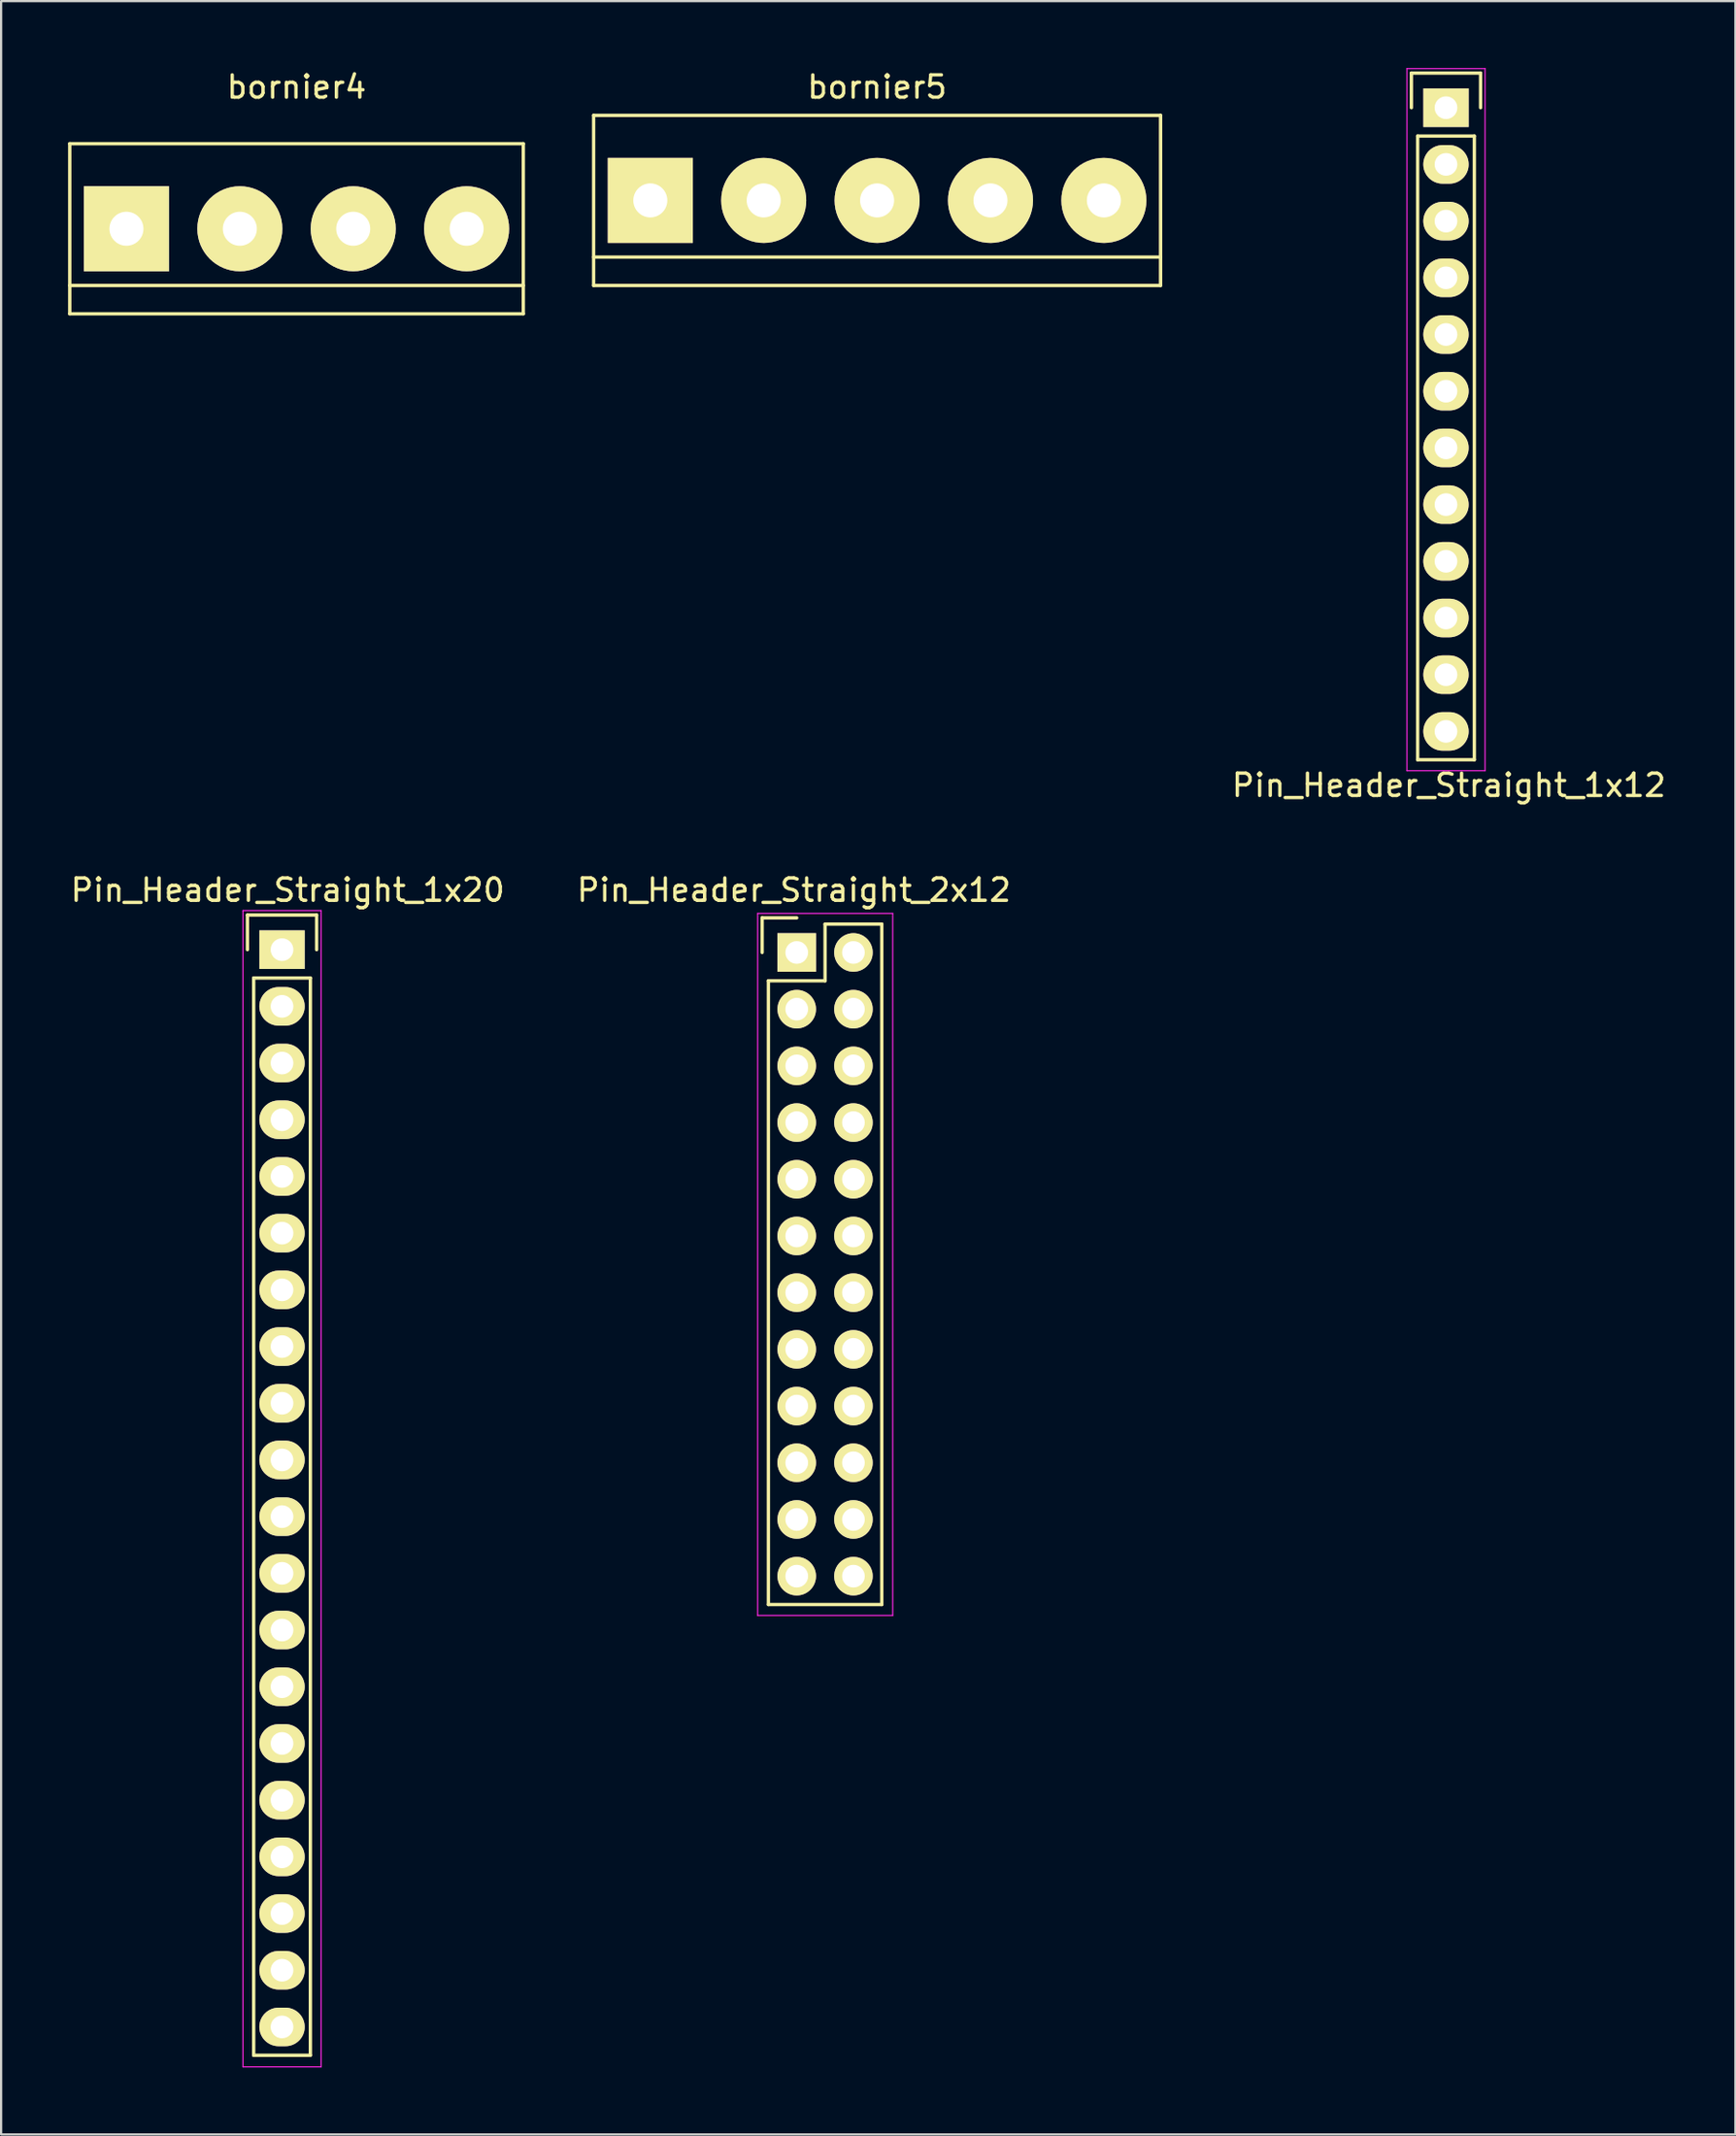
<source format=kicad_pcb>
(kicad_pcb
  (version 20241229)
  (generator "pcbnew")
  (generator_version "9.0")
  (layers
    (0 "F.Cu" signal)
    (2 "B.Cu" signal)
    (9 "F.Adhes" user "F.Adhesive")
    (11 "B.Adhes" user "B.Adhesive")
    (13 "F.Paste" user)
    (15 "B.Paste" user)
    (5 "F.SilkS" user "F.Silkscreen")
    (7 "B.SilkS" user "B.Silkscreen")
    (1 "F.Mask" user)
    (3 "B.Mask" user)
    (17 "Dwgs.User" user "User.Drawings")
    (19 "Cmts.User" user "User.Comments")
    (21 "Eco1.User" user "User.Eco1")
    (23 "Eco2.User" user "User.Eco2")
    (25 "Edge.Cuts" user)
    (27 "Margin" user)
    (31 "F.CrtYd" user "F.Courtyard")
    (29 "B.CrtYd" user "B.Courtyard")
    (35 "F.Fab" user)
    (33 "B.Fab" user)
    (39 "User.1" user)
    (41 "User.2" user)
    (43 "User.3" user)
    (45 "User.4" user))
  (footprint "Pin_Header_Straight_1x20"
    (layer "F.Cu")
    (at 9.585 39.492)
    (property "Reference" "Pin_Header_Straight_1x20" (at 0.254 -2.667 0) (layer "F.SilkS") (effects (font (size 1 1) (thickness 0.15))))
    (attr through_hole)
    (fp_line (start -1.55 -1.55) (end 1.55 -1.55) (stroke (width 0.15) (type solid)) (layer "F.SilkS"))
    (fp_line (start -1.55 0) (end -1.55 -1.55) (stroke (width 0.15) (type solid)) (layer "F.SilkS"))
    (fp_line (start -1.27 49.53) (end -1.27 1.27) (stroke (width 0.15) (type solid)) (layer "F.SilkS"))
    (fp_line (start 1.27 1.27) (end -1.27 1.27) (stroke (width 0.15) (type solid)) (layer "F.SilkS"))
    (fp_line (start 1.27 1.27) (end 1.27 49.53) (stroke (width 0.15) (type solid)) (layer "F.SilkS"))
    (fp_line (start 1.27 49.53) (end -1.27 49.53) (stroke (width 0.15) (type solid)) (layer "F.SilkS"))
    (fp_line (start 1.55 -1.55) (end 1.55 0) (stroke (width 0.15) (type solid)) (layer "F.SilkS"))
    (fp_line (start -1.75 -1.75) (end -1.75 50.05) (stroke (width 0.05) (type solid)) (layer "F.CrtYd"))
    (fp_line (start -1.75 -1.75) (end 1.75 -1.75) (stroke (width 0.05) (type solid)) (layer "F.CrtYd"))
    (fp_line (start -1.75 50.05) (end 1.75 50.05) (stroke (width 0.05) (type solid)) (layer "F.CrtYd"))
    (fp_line (start 1.75 -1.75) (end 1.75 50.05) (stroke (width 0.05) (type solid)) (layer "F.CrtYd"))
    (pad "1" thru_hole rect (at 0 0) (size 2.032 1.727) (drill 1.016) (layers "*.Cu" "*.Mask" "F.SilkS"))
    (pad "2" thru_hole oval (at 0 2.54) (size 2.032 1.727) (drill 1.016) (layers "*.Cu" "*.Mask" "F.SilkS"))
    (pad "3" thru_hole oval (at 0 5.08) (size 2.032 1.727) (drill 1.016) (layers "*.Cu" "*.Mask" "F.SilkS"))
    (pad "4" thru_hole oval (at 0 7.62) (size 2.032 1.727) (drill 1.016) (layers "*.Cu" "*.Mask" "F.SilkS"))
    (pad "5" thru_hole oval (at 0 10.16) (size 2.032 1.727) (drill 1.016) (layers "*.Cu" "*.Mask" "F.SilkS"))
    (pad "6" thru_hole oval (at 0 12.7) (size 2.032 1.727) (drill 1.016) (layers "*.Cu" "*.Mask" "F.SilkS"))
    (pad "7" thru_hole oval (at 0 15.24) (size 2.032 1.727) (drill 1.016) (layers "*.Cu" "*.Mask" "F.SilkS"))
    (pad "8" thru_hole oval (at 0 17.78) (size 2.032 1.727) (drill 1.016) (layers "*.Cu" "*.Mask" "F.SilkS"))
    (pad "9" thru_hole oval (at 0 20.32) (size 2.032 1.727) (drill 1.016) (layers "*.Cu" "*.Mask" "F.SilkS"))
    (pad "10" thru_hole oval (at 0 22.86) (size 2.032 1.727) (drill 1.016) (layers "*.Cu" "*.Mask" "F.SilkS"))
    (pad "11" thru_hole oval (at 0 25.4) (size 2.032 1.727) (drill 1.016) (layers "*.Cu" "*.Mask" "F.SilkS"))
    (pad "12" thru_hole oval (at 0 27.94) (size 2.032 1.727) (drill 1.016) (layers "*.Cu" "*.Mask" "F.SilkS"))
    (pad "13" thru_hole oval (at 0 30.48) (size 2.032 1.727) (drill 1.016) (layers "*.Cu" "*.Mask" "F.SilkS"))
    (pad "14" thru_hole oval (at 0 33.02) (size 2.032 1.727) (drill 1.016) (layers "*.Cu" "*.Mask" "F.SilkS"))
    (pad "15" thru_hole oval (at 0 35.56) (size 2.032 1.727) (drill 1.016) (layers "*.Cu" "*.Mask" "F.SilkS"))
    (pad "16" thru_hole oval (at 0 38.1) (size 2.032 1.727) (drill 1.016) (layers "*.Cu" "*.Mask" "F.SilkS"))
    (pad "17" thru_hole oval (at 0 40.64) (size 2.032 1.727) (drill 1.016) (layers "*.Cu" "*.Mask" "F.SilkS"))
    (pad "18" thru_hole oval (at 0 43.18) (size 2.032 1.727) (drill 1.016) (layers "*.Cu" "*.Mask" "F.SilkS"))
    (pad "19" thru_hole oval (at 0 45.72) (size 2.032 1.727) (drill 1.016) (layers "*.Cu" "*.Mask" "F.SilkS"))
    (pad "20" thru_hole oval (at 0 48.26) (size 2.032 1.727) (drill 1.016) (layers "*.Cu" "*.Mask" "F.SilkS")))
  (footprint "bornier5"
    (layer "F.Cu")
    (at 36.245 5.928)
    (property "Reference" "bornier5" (at 0 -5.08 0) (layer "F.SilkS") (effects (font (size 1 1) (thickness 0.15))))
    (attr through_hole)
    (fp_line (start -12.7 -3.81) (end -12.7 3.81) (stroke (width 0.15) (type solid)) (layer "F.SilkS"))
    (fp_line (start -12.7 -3.81) (end 12.7 -3.81) (stroke (width 0.15) (type solid)) (layer "F.SilkS"))
    (fp_line (start -12.7 2.54) (end 12.7 2.54) (stroke (width 0.15) (type solid)) (layer "F.SilkS"))
    (fp_line (start -12.7 3.81) (end 12.7 3.81) (stroke (width 0.15) (type solid)) (layer "F.SilkS"))
    (fp_line (start 12.7 -3.81) (end 12.7 3.81) (stroke (width 0.15) (type solid)) (layer "F.SilkS"))
    (pad "1" thru_hole rect (at -10.16 0) (size 3.81 3.81) (drill 1.524) (layers "*.Cu" "*.Mask" "F.SilkS"))
    (pad "2" thru_hole circle (at -5.08 0) (size 3.81 3.81) (drill 1.524) (layers "*.Cu" "*.Mask" "F.SilkS"))
    (pad "3" thru_hole circle (at 0 0) (size 3.81 3.81) (drill 1.524) (layers "*.Cu" "*.Mask" "F.SilkS"))
    (pad "4" thru_hole circle (at 5.08 0) (size 3.81 3.81) (drill 1.524) (layers "*.Cu" "*.Mask" "F.SilkS"))
    (pad "5" thru_hole circle (at 10.16 0) (size 3.81 3.81) (drill 1.524) (layers "*.Cu" "*.Mask" "F.SilkS")))
  (footprint "bornier4"
    (layer "F.Cu")
    (at 10.235 7.198)
    (property "Reference" "bornier4" (at 0 -6.35 0) (layer "F.SilkS") (effects (font (size 1 1) (thickness 0.15))))
    (attr through_hole)
    (fp_line (start -10.16 -3.81) (end -10.16 3.81) (stroke (width 0.15) (type solid)) (layer "F.SilkS"))
    (fp_line (start -10.16 -3.81) (end 10.16 -3.81) (stroke (width 0.15) (type solid)) (layer "F.SilkS"))
    (fp_line (start -10.16 3.81) (end 10.16 3.81) (stroke (width 0.15) (type solid)) (layer "F.SilkS"))
    (fp_line (start 10.16 2.54) (end -10.16 2.54) (stroke (width 0.15) (type solid)) (layer "F.SilkS"))
    (fp_line (start 10.16 3.81) (end 10.16 -3.81) (stroke (width 0.15) (type solid)) (layer "F.SilkS"))
    (pad "1" thru_hole rect (at -7.62 0) (size 3.81 3.81) (drill 1.524) (layers "*.Cu" "*.Mask" "F.SilkS"))
    (pad "2" thru_hole circle (at -2.54 0) (size 3.81 3.81) (drill 1.524) (layers "*.Cu" "*.Mask" "F.SilkS"))
    (pad "3" thru_hole circle (at 2.54 0) (size 3.81 3.81) (drill 1.524) (layers "*.Cu" "*.Mask" "F.SilkS"))
    (pad "4" thru_hole circle (at 7.62 0) (size 3.81 3.81) (drill 1.524) (layers "*.Cu" "*.Mask" "F.SilkS")))
  (footprint "Pin_Header_Straight_2x12"
    (layer "F.Cu")
    (at 32.645 39.618)
    (property "Reference" "Pin_Header_Straight_2x12" (at -0.127 -2.794 0) (layer "F.SilkS") (effects (font (size 1 1) (thickness 0.15))))
    (attr through_hole)
    (fp_line (start -1.55 -1.55) (end -1.55 0) (stroke (width 0.15) (type solid)) (layer "F.SilkS"))
    (fp_line (start -1.27 1.27) (end -1.27 29.21) (stroke (width 0.15) (type solid)) (layer "F.SilkS"))
    (fp_line (start 0 -1.55) (end -1.55 -1.55) (stroke (width 0.15) (type solid)) (layer "F.SilkS"))
    (fp_line (start 1.27 -1.27) (end 1.27 1.27) (stroke (width 0.15) (type solid)) (layer "F.SilkS"))
    (fp_line (start 1.27 1.27) (end -1.27 1.27) (stroke (width 0.15) (type solid)) (layer "F.SilkS"))
    (fp_line (start 3.81 -1.27) (end 1.27 -1.27) (stroke (width 0.15) (type solid)) (layer "F.SilkS"))
    (fp_line (start 3.81 29.21) (end -1.27 29.21) (stroke (width 0.15) (type solid)) (layer "F.SilkS"))
    (fp_line (start 3.81 29.21) (end 3.81 -1.27) (stroke (width 0.15) (type solid)) (layer "F.SilkS"))
    (fp_line (start -1.75 -1.75) (end -1.75 29.7) (stroke (width 0.05) (type solid)) (layer "F.CrtYd"))
    (fp_line (start -1.75 -1.75) (end 4.3 -1.75) (stroke (width 0.05) (type solid)) (layer "F.CrtYd"))
    (fp_line (start -1.75 29.7) (end 4.3 29.7) (stroke (width 0.05) (type solid)) (layer "F.CrtYd"))
    (fp_line (start 4.3 -1.75) (end 4.3 29.7) (stroke (width 0.05) (type solid)) (layer "F.CrtYd"))
    (pad "1" thru_hole rect (at 0 0) (size 1.727 1.727) (drill 1.016) (layers "*.Cu" "*.Mask" "F.SilkS"))
    (pad "2" thru_hole oval (at 2.54 0) (size 1.727 1.727) (drill 1.016) (layers "*.Cu" "*.Mask" "F.SilkS"))
    (pad "3" thru_hole oval (at 0 2.54) (size 1.727 1.727) (drill 1.016) (layers "*.Cu" "*.Mask" "F.SilkS"))
    (pad "4" thru_hole oval (at 2.54 2.54) (size 1.727 1.727) (drill 1.016) (layers "*.Cu" "*.Mask" "F.SilkS"))
    (pad "5" thru_hole oval (at 0 5.08) (size 1.727 1.727) (drill 1.016) (layers "*.Cu" "*.Mask" "F.SilkS"))
    (pad "6" thru_hole oval (at 2.54 5.08) (size 1.727 1.727) (drill 1.016) (layers "*.Cu" "*.Mask" "F.SilkS"))
    (pad "7" thru_hole oval (at 0 7.62) (size 1.727 1.727) (drill 1.016) (layers "*.Cu" "*.Mask" "F.SilkS"))
    (pad "8" thru_hole oval (at 2.54 7.62) (size 1.727 1.727) (drill 1.016) (layers "*.Cu" "*.Mask" "F.SilkS"))
    (pad "9" thru_hole oval (at 0 10.16) (size 1.727 1.727) (drill 1.016) (layers "*.Cu" "*.Mask" "F.SilkS"))
    (pad "10" thru_hole oval (at 2.54 10.16) (size 1.727 1.727) (drill 1.016) (layers "*.Cu" "*.Mask" "F.SilkS"))
    (pad "11" thru_hole oval (at 0 12.7) (size 1.727 1.727) (drill 1.016) (layers "*.Cu" "*.Mask" "F.SilkS"))
    (pad "12" thru_hole oval (at 2.54 12.7) (size 1.727 1.727) (drill 1.016) (layers "*.Cu" "*.Mask" "F.SilkS"))
    (pad "13" thru_hole oval (at 0 15.24) (size 1.727 1.727) (drill 1.016) (layers "*.Cu" "*.Mask" "F.SilkS"))
    (pad "14" thru_hole oval (at 2.54 15.24) (size 1.727 1.727) (drill 1.016) (layers "*.Cu" "*.Mask" "F.SilkS"))
    (pad "15" thru_hole oval (at 0 17.78) (size 1.727 1.727) (drill 1.016) (layers "*.Cu" "*.Mask" "F.SilkS"))
    (pad "16" thru_hole oval (at 2.54 17.78) (size 1.727 1.727) (drill 1.016) (layers "*.Cu" "*.Mask" "F.SilkS"))
    (pad "17" thru_hole oval (at 0 20.32) (size 1.727 1.727) (drill 1.016) (layers "*.Cu" "*.Mask" "F.SilkS"))
    (pad "18" thru_hole oval (at 2.54 20.32) (size 1.727 1.727) (drill 1.016) (layers "*.Cu" "*.Mask" "F.SilkS"))
    (pad "19" thru_hole oval (at 0 22.86) (size 1.727 1.727) (drill 1.016) (layers "*.Cu" "*.Mask" "F.SilkS"))
    (pad "20" thru_hole oval (at 2.54 22.86) (size 1.727 1.727) (drill 1.016) (layers "*.Cu" "*.Mask" "F.SilkS"))
    (pad "21" thru_hole oval (at 0 25.4) (size 1.727 1.727) (drill 1.016) (layers "*.Cu" "*.Mask" "F.SilkS"))
    (pad "22" thru_hole oval (at 2.54 25.4) (size 1.727 1.727) (drill 1.016) (layers "*.Cu" "*.Mask" "F.SilkS"))
    (pad "23" thru_hole oval (at 0 27.94) (size 1.727 1.727) (drill 1.016) (layers "*.Cu" "*.Mask" "F.SilkS"))
    (pad "24" thru_hole oval (at 2.54 27.94) (size 1.727 1.727) (drill 1.016) (layers "*.Cu" "*.Mask" "F.SilkS")))
  (footprint "Pin_Header_Straight_1x12"
    (layer "F.Cu")
    (at 61.732 1.775)
    (property "Reference" "Pin_Header_Straight_1x12" (at 0.127 30.353 0) (layer "F.SilkS") (effects (font (size 1 1) (thickness 0.15))))
    (attr through_hole)
    (fp_line (start -1.55 -1.55) (end 1.55 -1.55) (stroke (width 0.15) (type solid)) (layer "F.SilkS"))
    (fp_line (start -1.55 0) (end -1.55 -1.55) (stroke (width 0.15) (type solid)) (layer "F.SilkS"))
    (fp_line (start -1.27 29.21) (end -1.27 1.27) (stroke (width 0.15) (type solid)) (layer "F.SilkS"))
    (fp_line (start 1.27 1.27) (end -1.27 1.27) (stroke (width 0.15) (type solid)) (layer "F.SilkS"))
    (fp_line (start 1.27 1.27) (end 1.27 29.21) (stroke (width 0.15) (type solid)) (layer "F.SilkS"))
    (fp_line (start 1.27 29.21) (end -1.27 29.21) (stroke (width 0.15) (type solid)) (layer "F.SilkS"))
    (fp_line (start 1.55 -1.55) (end 1.55 0) (stroke (width 0.15) (type solid)) (layer "F.SilkS"))
    (fp_line (start -1.75 -1.75) (end -1.75 29.7) (stroke (width 0.05) (type solid)) (layer "F.CrtYd"))
    (fp_line (start -1.75 -1.75) (end 1.75 -1.75) (stroke (width 0.05) (type solid)) (layer "F.CrtYd"))
    (fp_line (start -1.75 29.7) (end 1.75 29.7) (stroke (width 0.05) (type solid)) (layer "F.CrtYd"))
    (fp_line (start 1.75 -1.75) (end 1.75 29.7) (stroke (width 0.05) (type solid)) (layer "F.CrtYd"))
    (pad "1" thru_hole rect (at 0 0) (size 2.032 1.727) (drill 1.016) (layers "*.Cu" "*.Mask" "F.SilkS"))
    (pad "2" thru_hole oval (at 0 2.54) (size 2.032 1.727) (drill 1.016) (layers "*.Cu" "*.Mask" "F.SilkS"))
    (pad "3" thru_hole oval (at 0 5.08) (size 2.032 1.727) (drill 1.016) (layers "*.Cu" "*.Mask" "F.SilkS"))
    (pad "4" thru_hole oval (at 0 7.62) (size 2.032 1.727) (drill 1.016) (layers "*.Cu" "*.Mask" "F.SilkS"))
    (pad "5" thru_hole oval (at 0 10.16) (size 2.032 1.727) (drill 1.016) (layers "*.Cu" "*.Mask" "F.SilkS"))
    (pad "6" thru_hole oval (at 0 12.7) (size 2.032 1.727) (drill 1.016) (layers "*.Cu" "*.Mask" "F.SilkS"))
    (pad "7" thru_hole oval (at 0 15.24) (size 2.032 1.727) (drill 1.016) (layers "*.Cu" "*.Mask" "F.SilkS"))
    (pad "8" thru_hole oval (at 0 17.78) (size 2.032 1.727) (drill 1.016) (layers "*.Cu" "*.Mask" "F.SilkS"))
    (pad "9" thru_hole oval (at 0 20.32) (size 2.032 1.727) (drill 1.016) (layers "*.Cu" "*.Mask" "F.SilkS"))
    (pad "10" thru_hole oval (at 0 22.86) (size 2.032 1.727) (drill 1.016) (layers "*.Cu" "*.Mask" "F.SilkS"))
    (pad "11" thru_hole oval (at 0 25.4) (size 2.032 1.727) (drill 1.016) (layers "*.Cu" "*.Mask" "F.SilkS"))
    (pad "12" thru_hole oval (at 0 27.94) (size 2.032 1.727) (drill 1.016) (layers "*.Cu" "*.Mask" "F.SilkS")))
  (gr_rect
    (start -3 -3)
    (end 74.699 92.567)
    (stroke (width 0.1) (type default))
    (fill no)
    (layer "Edge.Cuts")))
</source>
